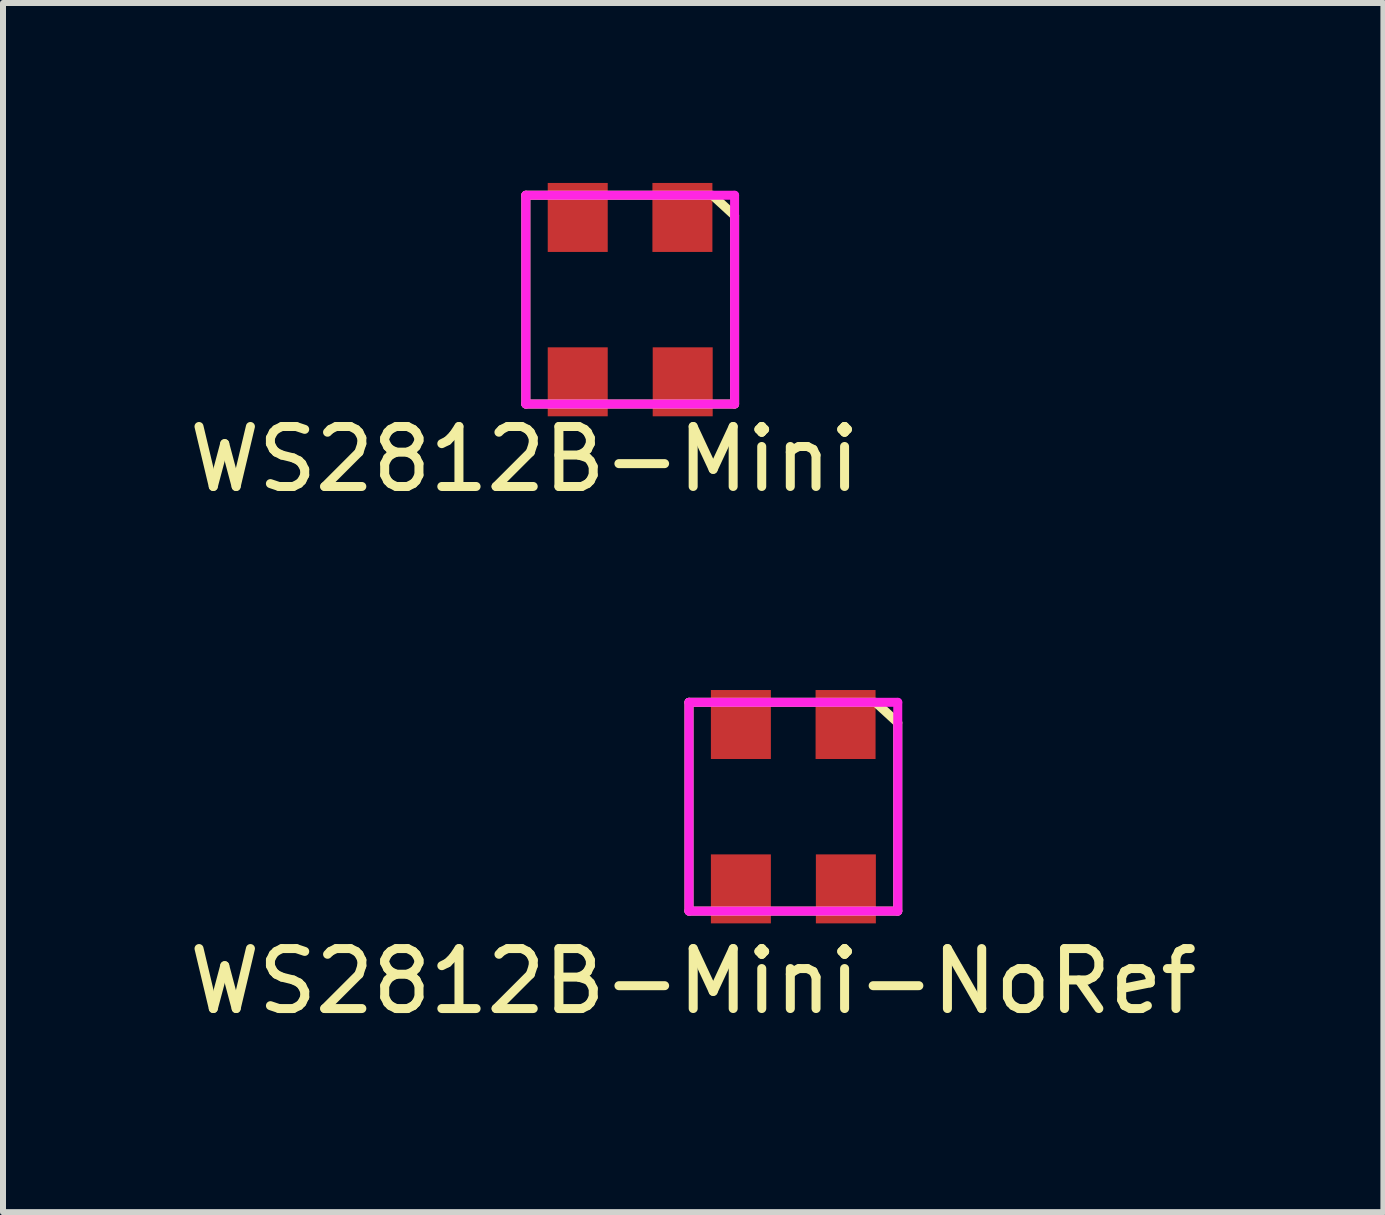
<source format=kicad_pcb>
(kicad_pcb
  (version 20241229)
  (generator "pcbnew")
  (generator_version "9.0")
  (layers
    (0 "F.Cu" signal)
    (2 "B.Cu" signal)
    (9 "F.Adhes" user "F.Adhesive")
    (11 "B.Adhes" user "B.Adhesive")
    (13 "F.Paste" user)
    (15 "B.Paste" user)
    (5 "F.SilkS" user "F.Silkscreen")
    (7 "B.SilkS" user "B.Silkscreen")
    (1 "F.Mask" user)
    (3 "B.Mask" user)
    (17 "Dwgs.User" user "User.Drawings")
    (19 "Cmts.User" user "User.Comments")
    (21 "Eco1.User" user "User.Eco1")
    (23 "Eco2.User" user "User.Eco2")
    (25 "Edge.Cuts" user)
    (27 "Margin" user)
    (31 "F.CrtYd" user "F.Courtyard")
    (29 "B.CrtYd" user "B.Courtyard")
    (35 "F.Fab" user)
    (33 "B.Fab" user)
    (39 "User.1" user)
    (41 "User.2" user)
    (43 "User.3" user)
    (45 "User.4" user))
  (footprint "WS2812B-Mini-NoRef"
    (layer "F.Cu")
    (at 8.436 12.138)
    (property "Reference" "WS2812B-Mini-NoRef" (at 0.07 1.17 0) (layer "F.SilkS") (effects (font (size 1 1) (thickness 0.15))))
    (attr through_hole)
    (fp_line (start 0 -3.48) (end 0 0) (stroke (width 0.15) (type solid)) (layer "F.SilkS"))
    (fp_line (start 0 -3.48) (end 3.11 -3.48) (stroke (width 0.15) (type solid)) (layer "F.SilkS"))
    (fp_line (start 0 0) (end 3.48 0) (stroke (width 0.15) (type solid)) (layer "F.SilkS"))
    (fp_line (start 3.48 -3.14) (end 3.12 -3.47) (stroke (width 0.15) (type solid)) (layer "F.SilkS"))
    (fp_line (start 3.48 0) (end 3.48 -3.14) (stroke (width 0.15) (type solid)) (layer "F.SilkS"))
    (fp_line (start 0 -3.48) (end 0 0) (stroke (width 0.15) (type solid)) (layer "F.CrtYd"))
    (fp_line (start 0 0) (end 3.48 0) (stroke (width 0.15) (type solid)) (layer "F.CrtYd"))
    (fp_line (start 3.48 -3.48) (end 0 -3.48) (stroke (width 0.15) (type solid)) (layer "F.CrtYd"))
    (fp_line (start 3.48 0) (end 3.48 -3.48) (stroke (width 0.15) (type solid)) (layer "F.CrtYd"))
    (pad "1" smd rect (at 2.61 -3.11) (size 1 1.15) (layers "F.Cu" "F.Mask" "F.Paste"))
    (pad "2" smd rect (at 0.865 -3.11) (size 1 1.15) (layers "F.Cu" "F.Mask" "F.Paste"))
    (pad "3" smd rect (at 0.865 -0.37) (size 1 1.15) (layers "F.Cu" "F.Mask" "F.Paste"))
    (pad "4" smd rect (at 2.615 -0.37) (size 1 1.15) (layers "F.Cu" "F.Mask" "F.Paste")))
  (footprint "WS2812B-Mini"
    (layer "F.Cu")
    (at 5.716 3.685)
    (property "Reference" "WS2812B-Mini" (at -0.02 0.92 0) (layer "F.SilkS") (effects (font (size 1 1) (thickness 0.15))))
    (attr through_hole)
    (fp_line (start 0 -3.48) (end 0 0) (stroke (width 0.15) (type solid)) (layer "F.SilkS"))
    (fp_line (start 0 -3.48) (end 3.11 -3.48) (stroke (width 0.15) (type solid)) (layer "F.SilkS"))
    (fp_line (start 0 0) (end 3.48 0) (stroke (width 0.15) (type solid)) (layer "F.SilkS"))
    (fp_line (start 3.48 -3.14) (end 3.12 -3.47) (stroke (width 0.15) (type solid)) (layer "F.SilkS"))
    (fp_line (start 3.48 0) (end 3.48 -3.14) (stroke (width 0.15) (type solid)) (layer "F.SilkS"))
    (fp_line (start 0 -3.48) (end 0 0) (stroke (width 0.15) (type solid)) (layer "F.CrtYd"))
    (fp_line (start 0 0) (end 3.48 0) (stroke (width 0.15) (type solid)) (layer "F.CrtYd"))
    (fp_line (start 3.48 -3.48) (end 0 -3.48) (stroke (width 0.15) (type solid)) (layer "F.CrtYd"))
    (fp_line (start 3.48 0) (end 3.48 -3.48) (stroke (width 0.15) (type solid)) (layer "F.CrtYd"))
    (pad "1" smd rect (at 2.61 -3.11) (size 1 1.15) (layers "F.Cu" "F.Mask" "F.Paste"))
    (pad "2" smd rect (at 0.865 -3.11) (size 1 1.15) (layers "F.Cu" "F.Mask" "F.Paste"))
    (pad "3" smd rect (at 0.865 -0.37) (size 1 1.15) (layers "F.Cu" "F.Mask" "F.Paste"))
    (pad "4" smd rect (at 2.615 -0.37) (size 1 1.15) (layers "F.Cu" "F.Mask" "F.Paste")))
  (gr_rect
    (start -3 -3)
    (end 20.012 17.157)
    (stroke (width 0.1) (type default))
    (fill no)
    (layer "Edge.Cuts")))
</source>
